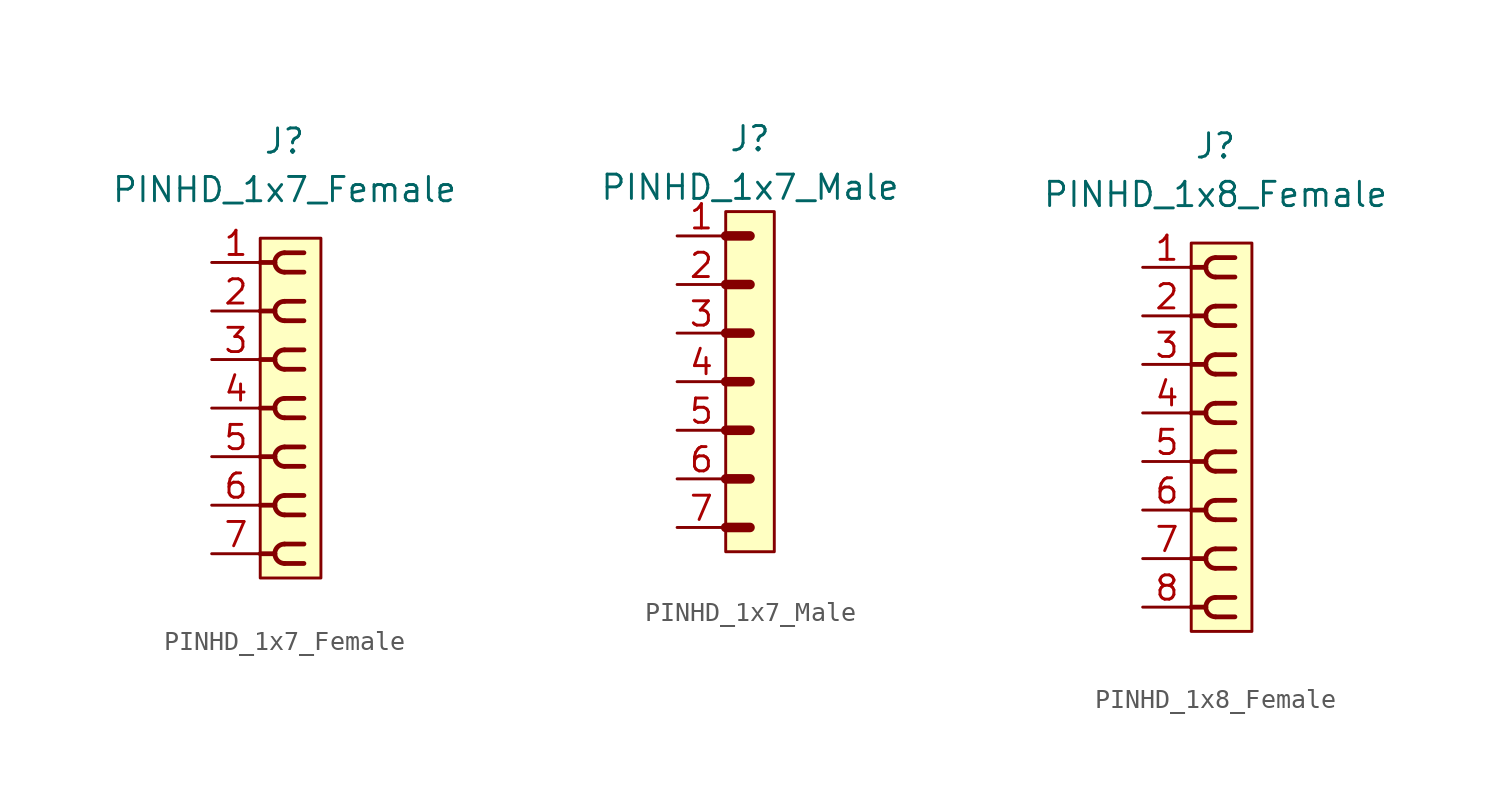
<source format=kicad_sym>
(kicad_symbol_lib
  (version 20220914)
  (generator kicad_symbol_editor)
  (symbol "PINHD_1x7_Female"
    (property "Reference" "J"
      (at 0 13.97 0)
      (effects (font (size 1.27 1.27))))
    (property "Value" "PINHD_1x7_Female"
      (at 0 11.43 0)
      (effects (font (size 1.27 1.27))))
    (symbol "PINHD_1x7_Female_0_1"
      (rectangle (start -1.27 8.89) (end 1.905 -8.89) (stroke (width 0) (type default)) (fill (type background)))
      (arc (start -0.508 -7.62) (mid -0.3592 -7.9792) (end 0 -8.128) (stroke (width 0.25) (type default)) (fill (type none)))
      (arc (start -0.508 -5.08) (mid -0.3592 -5.4392) (end 0 -5.588) (stroke (width 0.25) (type default)) (fill (type none)))
      (arc (start -0.508 -2.54) (mid -0.3592 -2.8992) (end 0 -3.048) (stroke (width 0.25) (type default)) (fill (type none)))
      (arc (start -0.508 0) (mid -0.3592 -0.3592) (end 0 -0.508) (stroke (width 0.25) (type default)) (fill (type none)))
      (arc (start -0.508 2.54) (mid -0.3592 2.1808) (end 0 2.032) (stroke (width 0.25) (type default)) (fill (type none)))
      (arc (start -0.508 5.08) (mid -0.3592 4.7208) (end 0 4.572) (stroke (width 0.25) (type default)) (fill (type none)))
      (arc (start -0.508 7.62) (mid -0.3592 7.2608) (end 0 7.112) (stroke (width 0.25) (type default)) (fill (type none)))
      (arc (start 0 -7.112) (mid -0.3592 -7.2608) (end -0.508 -7.62) (stroke (width 0.25) (type default)) (fill (type none)))
      (arc (start 0 -4.572) (mid -0.3592 -4.7208) (end -0.508 -5.08) (stroke (width 0.25) (type default)) (fill (type none)))
      (arc (start 0 -2.032) (mid -0.3592 -2.1808) (end -0.508 -2.54) (stroke (width 0.25) (type default)) (fill (type none)))
      (polyline (pts (xy -1.27 -7.62) (xy -0.508 -7.62)) (stroke (width 0.25) (type default)) (fill (type none)))
      (polyline (pts (xy -1.27 -5.08) (xy -0.508 -5.08)) (stroke (width 0.25) (type default)) (fill (type none)))
      (polyline (pts (xy -1.27 -2.54) (xy -0.508 -2.54)) (stroke (width 0.25) (type default)) (fill (type none)))
      (polyline (pts (xy -1.27 0) (xy -0.508 0)) (stroke (width 0.25) (type default)) (fill (type none)))
      (polyline (pts (xy -1.27 2.54) (xy -0.508 2.54)) (stroke (width 0.25) (type default)) (fill (type none)))
      (polyline (pts (xy -1.27 5.08) (xy -0.508 5.08)) (stroke (width 0.25) (type default)) (fill (type none)))
      (polyline (pts (xy -1.27 7.62) (xy -0.508 7.62)) (stroke (width 0.25) (type default)) (fill (type none)))
      (polyline (pts (xy 0 -8.128) (xy 1.016 -8.128)) (stroke (width 0.25) (type default)) (fill (type none)))
      (polyline (pts (xy 0 -7.112) (xy 1.016 -7.112)) (stroke (width 0.25) (type default)) (fill (type none)))
      (polyline (pts (xy 0 -5.588) (xy 1.016 -5.588)) (stroke (width 0.25) (type default)) (fill (type none)))
      (polyline (pts (xy 0 -4.572) (xy 1.016 -4.572)) (stroke (width 0.25) (type default)) (fill (type none)))
      (polyline (pts (xy 0 -3.048) (xy 1.016 -3.048)) (stroke (width 0.25) (type default)) (fill (type none)))
      (polyline (pts (xy 0 -2.032) (xy 1.016 -2.032)) (stroke (width 0.25) (type default)) (fill (type none)))
      (polyline (pts (xy 0 -0.508) (xy 1.016 -0.508)) (stroke (width 0.25) (type default)) (fill (type none)))
      (polyline (pts (xy 0 0.508) (xy 1.016 0.508)) (stroke (width 0.25) (type default)) (fill (type none)))
      (polyline (pts (xy 0 2.032) (xy 1.016 2.032)) (stroke (width 0.25) (type default)) (fill (type none)))
      (polyline (pts (xy 0 3.048) (xy 1.016 3.048)) (stroke (width 0.25) (type default)) (fill (type none)))
      (polyline (pts (xy 0 4.572) (xy 1.016 4.572)) (stroke (width 0.25) (type default)) (fill (type none)))
      (polyline (pts (xy 0 5.588) (xy 1.016 5.588)) (stroke (width 0.25) (type default)) (fill (type none)))
      (polyline (pts (xy 0 7.112) (xy 1.016 7.112)) (stroke (width 0.25) (type default)) (fill (type none)))
      (polyline (pts (xy 0 8.128) (xy 1.016 8.128)) (stroke (width 0.25) (type default)) (fill (type none)))
      (arc (start 0 0.508) (mid -0.3592 0.3592) (end -0.508 0) (stroke (width 0.25) (type default)) (fill (type none)))
      (arc (start 0 3.048) (mid -0.3592 2.8992) (end -0.508 2.54) (stroke (width 0.25) (type default)) (fill (type none)))
      (arc (start 0 5.588) (mid -0.3592 5.4392) (end -0.508 5.08) (stroke (width 0.25) (type default)) (fill (type none)))
      (arc (start 0 8.128) (mid -0.3592 7.9792) (end -0.508 7.62) (stroke (width 0.25) (type default)) (fill (type none))))
    (symbol "PINHD_1x7_Female_1_1"
      (pin passive line (at -3.81 7.62 0) (length 2.54) (name "" (effects (font (size 1.27 1.27)))) (number "1" (effects (font (size 1.27 1.27)))))
      (pin passive line (at -3.81 5.08 0) (length 2.54) (name "" (effects (font (size 1.27 1.27)))) (number "2" (effects (font (size 1.27 1.27)))))
      (pin passive line (at -3.81 2.54 0) (length 2.54) (name "" (effects (font (size 1.27 1.27)))) (number "3" (effects (font (size 1.27 1.27)))))
      (pin passive line (at -3.81 0 0) (length 2.54) (name "" (effects (font (size 1.27 1.27)))) (number "4" (effects (font (size 1.27 1.27)))))
      (pin passive line (at -3.81 -2.54 0) (length 2.54) (name "" (effects (font (size 1.27 1.27)))) (number "5" (effects (font (size 1.27 1.27)))))
      (pin passive line (at -3.81 -5.08 0) (length 2.54) (name "" (effects (font (size 1.27 1.27)))) (number "6" (effects (font (size 1.27 1.27)))))
      (pin passive line (at -3.81 -7.62 0) (length 2.54) (name "" (effects (font (size 1.27 1.27)))) (number "7" (effects (font (size 1.27 1.27)))))))
  (symbol "PINHD_1x7_Male"
    (property "Reference" "J"
      (at 0 12.7 0)
      (effects (font (size 1.27 1.27))))
    (property "Value" "PINHD_1x7_Male"
      (at 0 10.16 0)
      (effects (font (size 1.27 1.27))))
    (symbol "PINHD_1x7_Male_0_1"
      (rectangle (start -1.27 8.89) (end 1.27 -8.89) (stroke (width 0) (type default)) (fill (type background)))
      (polyline (pts (xy -1.27 -7.62) (xy 0 -7.62)) (stroke (width 0.3) (type default)) (fill (type none)))
      (polyline (pts (xy -1.27 -7.62) (xy 0 -7.62)) (stroke (width 0.5) (type default)) (fill (type none)))
      (polyline (pts (xy -1.27 -5.08) (xy 0 -5.08)) (stroke (width 0.3) (type default)) (fill (type none)))
      (polyline (pts (xy -1.27 -5.08) (xy 0 -5.08)) (stroke (width 0.5) (type default)) (fill (type none)))
      (polyline (pts (xy -1.27 -2.54) (xy 0 -2.54)) (stroke (width 0.3) (type default)) (fill (type none)))
      (polyline (pts (xy -1.27 -2.54) (xy 0 -2.54)) (stroke (width 0.5) (type default)) (fill (type none)))
      (polyline (pts (xy -1.27 0) (xy 0 0)) (stroke (width 0.3) (type default)) (fill (type none)))
      (polyline (pts (xy -1.27 0) (xy 0 0)) (stroke (width 0.5) (type default)) (fill (type none)))
      (polyline (pts (xy -1.27 2.54) (xy 0 2.54)) (stroke (width 0.3) (type default)) (fill (type none)))
      (polyline (pts (xy -1.27 2.54) (xy 0 2.54)) (stroke (width 0.5) (type default)) (fill (type none)))
      (polyline (pts (xy -1.27 5.08) (xy 0 5.08)) (stroke (width 0.3) (type default)) (fill (type none)))
      (polyline (pts (xy -1.27 5.08) (xy 0 5.08)) (stroke (width 0.5) (type default)) (fill (type none)))
      (polyline (pts (xy -1.27 7.62) (xy 0 7.62)) (stroke (width 0.3) (type default)) (fill (type none)))
      (polyline (pts (xy -1.27 7.62) (xy 0 7.62)) (stroke (width 0.5) (type default)) (fill (type none))))
    (symbol "PINHD_1x7_Male_1_1"
      (pin passive line (at -3.81 7.62 0) (length 2.54) (name "" (effects (font (size 1.27 1.27)))) (number "1" (effects (font (size 1.27 1.27)))))
      (pin passive line (at -3.81 5.08 0) (length 2.54) (name "" (effects (font (size 1.27 1.27)))) (number "2" (effects (font (size 1.27 1.27)))))
      (pin passive line (at -3.81 2.54 0) (length 2.54) (name "" (effects (font (size 1.27 1.27)))) (number "3" (effects (font (size 1.27 1.27)))))
      (pin passive line (at -3.81 0 0) (length 2.54) (name "" (effects (font (size 1.27 1.27)))) (number "4" (effects (font (size 1.27 1.27)))))
      (pin passive line (at -3.81 -2.54 0) (length 2.54) (name "" (effects (font (size 1.27 1.27)))) (number "5" (effects (font (size 1.27 1.27)))))
      (pin passive line (at -3.81 -5.08 0) (length 2.54) (name "" (effects (font (size 1.27 1.27)))) (number "6" (effects (font (size 1.27 1.27)))))
      (pin passive line (at -3.81 -7.62 0) (length 2.54) (name "" (effects (font (size 1.27 1.27)))) (number "7" (effects (font (size 1.27 1.27)))))))
  (symbol "PINHD_1x8_Female"
    (property "Reference" "J"
      (at 0 15.24 0)
      (effects (font (size 1.27 1.27))))
    (property "Value" "PINHD_1x8_Female"
      (at 0 12.7 0)
      (effects (font (size 1.27 1.27))))
    (symbol "PINHD_1x8_Female_0_1"
      (rectangle (start -1.27 10.16) (end 1.905 -10.16) (stroke (width 0) (type default)) (fill (type background)))
      (arc (start -0.508 -8.89) (mid -0.3592 -9.2492) (end 0 -9.398) (stroke (width 0.25) (type default)) (fill (type none)))
      (arc (start -0.508 -6.35) (mid -0.3592 -6.7092) (end 0 -6.858) (stroke (width 0.25) (type default)) (fill (type none)))
      (arc (start -0.508 -3.81) (mid -0.3592 -4.1692) (end 0 -4.318) (stroke (width 0.25) (type default)) (fill (type none)))
      (arc (start -0.508 -1.27) (mid -0.3592 -1.6292) (end 0 -1.778) (stroke (width 0.25) (type default)) (fill (type none)))
      (arc (start -0.508 1.27) (mid -0.3592 0.9108) (end 0 0.762) (stroke (width 0.25) (type default)) (fill (type none)))
      (arc (start -0.508 3.81) (mid -0.3592 3.4508) (end 0 3.302) (stroke (width 0.25) (type default)) (fill (type none)))
      (arc (start -0.508 6.35) (mid -0.3592 5.9908) (end 0 5.842) (stroke (width 0.25) (type default)) (fill (type none)))
      (arc (start -0.508 8.89) (mid -0.3592 8.5308) (end 0 8.382) (stroke (width 0.25) (type default)) (fill (type none)))
      (arc (start 0 -8.382) (mid -0.3592 -8.5308) (end -0.508 -8.89) (stroke (width 0.25) (type default)) (fill (type none)))
      (arc (start 0 -5.842) (mid -0.3592 -5.9908) (end -0.508 -6.35) (stroke (width 0.25) (type default)) (fill (type none)))
      (arc (start 0 -3.302) (mid -0.3592 -3.4508) (end -0.508 -3.81) (stroke (width 0.25) (type default)) (fill (type none)))
      (arc (start 0 -0.762) (mid -0.3592 -0.9108) (end -0.508 -1.27) (stroke (width 0.25) (type default)) (fill (type none)))
      (polyline (pts (xy -1.27 -8.89) (xy -0.508 -8.89)) (stroke (width 0.25) (type default)) (fill (type none)))
      (polyline (pts (xy -1.27 -6.35) (xy -0.508 -6.35)) (stroke (width 0.25) (type default)) (fill (type none)))
      (polyline (pts (xy -1.27 -3.81) (xy -0.508 -3.81)) (stroke (width 0.25) (type default)) (fill (type none)))
      (polyline (pts (xy -1.27 -1.27) (xy -0.508 -1.27)) (stroke (width 0.25) (type default)) (fill (type none)))
      (polyline (pts (xy -1.27 1.27) (xy -0.508 1.27)) (stroke (width 0.25) (type default)) (fill (type none)))
      (polyline (pts (xy -1.27 3.81) (xy -0.508 3.81)) (stroke (width 0.25) (type default)) (fill (type none)))
      (polyline (pts (xy -1.27 6.35) (xy -0.508 6.35)) (stroke (width 0.25) (type default)) (fill (type none)))
      (polyline (pts (xy -1.27 8.89) (xy -0.508 8.89)) (stroke (width 0.25) (type default)) (fill (type none)))
      (polyline (pts (xy 0 -9.398) (xy 1.016 -9.398)) (stroke (width 0.25) (type default)) (fill (type none)))
      (polyline (pts (xy 0 -8.382) (xy 1.016 -8.382)) (stroke (width 0.25) (type default)) (fill (type none)))
      (polyline (pts (xy 0 -6.858) (xy 1.016 -6.858)) (stroke (width 0.25) (type default)) (fill (type none)))
      (polyline (pts (xy 0 -5.842) (xy 1.016 -5.842)) (stroke (width 0.25) (type default)) (fill (type none)))
      (polyline (pts (xy 0 -4.318) (xy 1.016 -4.318)) (stroke (width 0.25) (type default)) (fill (type none)))
      (polyline (pts (xy 0 -3.302) (xy 1.016 -3.302)) (stroke (width 0.25) (type default)) (fill (type none)))
      (polyline (pts (xy 0 -1.778) (xy 1.016 -1.778)) (stroke (width 0.25) (type default)) (fill (type none)))
      (polyline (pts (xy 0 -0.762) (xy 1.016 -0.762)) (stroke (width 0.25) (type default)) (fill (type none)))
      (polyline (pts (xy 0 0.762) (xy 1.016 0.762)) (stroke (width 0.25) (type default)) (fill (type none)))
      (polyline (pts (xy 0 1.778) (xy 1.016 1.778)) (stroke (width 0.25) (type default)) (fill (type none)))
      (polyline (pts (xy 0 3.302) (xy 1.016 3.302)) (stroke (width 0.25) (type default)) (fill (type none)))
      (polyline (pts (xy 0 4.318) (xy 1.016 4.318)) (stroke (width 0.25) (type default)) (fill (type none)))
      (polyline (pts (xy 0 5.842) (xy 1.016 5.842)) (stroke (width 0.25) (type default)) (fill (type none)))
      (polyline (pts (xy 0 6.858) (xy 1.016 6.858)) (stroke (width 0.25) (type default)) (fill (type none)))
      (polyline (pts (xy 0 8.382) (xy 1.016 8.382)) (stroke (width 0.25) (type default)) (fill (type none)))
      (polyline (pts (xy 0 9.398) (xy 1.016 9.398)) (stroke (width 0.25) (type default)) (fill (type none)))
      (arc (start 0 1.778) (mid -0.3592 1.6292) (end -0.508 1.27) (stroke (width 0.25) (type default)) (fill (type none)))
      (arc (start 0 4.318) (mid -0.3592 4.1692) (end -0.508 3.81) (stroke (width 0.25) (type default)) (fill (type none)))
      (arc (start 0 6.858) (mid -0.3592 6.7092) (end -0.508 6.35) (stroke (width 0.25) (type default)) (fill (type none)))
      (arc (start 0 9.398) (mid -0.3592 9.2492) (end -0.508 8.89) (stroke (width 0.25) (type default)) (fill (type none))))
    (symbol "PINHD_1x8_Female_1_1"
      (pin passive line (at -3.81 8.89 0) (length 2.54) (name "" (effects (font (size 1.27 1.27)))) (number "1" (effects (font (size 1.27 1.27)))))
      (pin passive line (at -3.81 6.35 0) (length 2.54) (name "" (effects (font (size 1.27 1.27)))) (number "2" (effects (font (size 1.27 1.27)))))
      (pin passive line (at -3.81 3.81 0) (length 2.54) (name "" (effects (font (size 1.27 1.27)))) (number "3" (effects (font (size 1.27 1.27)))))
      (pin passive line (at -3.81 1.27 0) (length 2.54) (name "" (effects (font (size 1.27 1.27)))) (number "4" (effects (font (size 1.27 1.27)))))
      (pin passive line (at -3.81 -1.27 0) (length 2.54) (name "" (effects (font (size 1.27 1.27)))) (number "5" (effects (font (size 1.27 1.27)))))
      (pin passive line (at -3.81 -3.81 0) (length 2.54) (name "" (effects (font (size 1.27 1.27)))) (number "6" (effects (font (size 1.27 1.27)))))
      (pin passive line (at -3.81 -6.35 0) (length 2.54) (name "" (effects (font (size 1.27 1.27)))) (number "7" (effects (font (size 1.27 1.27)))))
      (pin passive line (at -3.81 -8.89 0) (length 2.54) (name "" (effects (font (size 1.27 1.27)))) (number "8" (effects (font (size 1.27 1.27))))))))
</source>
